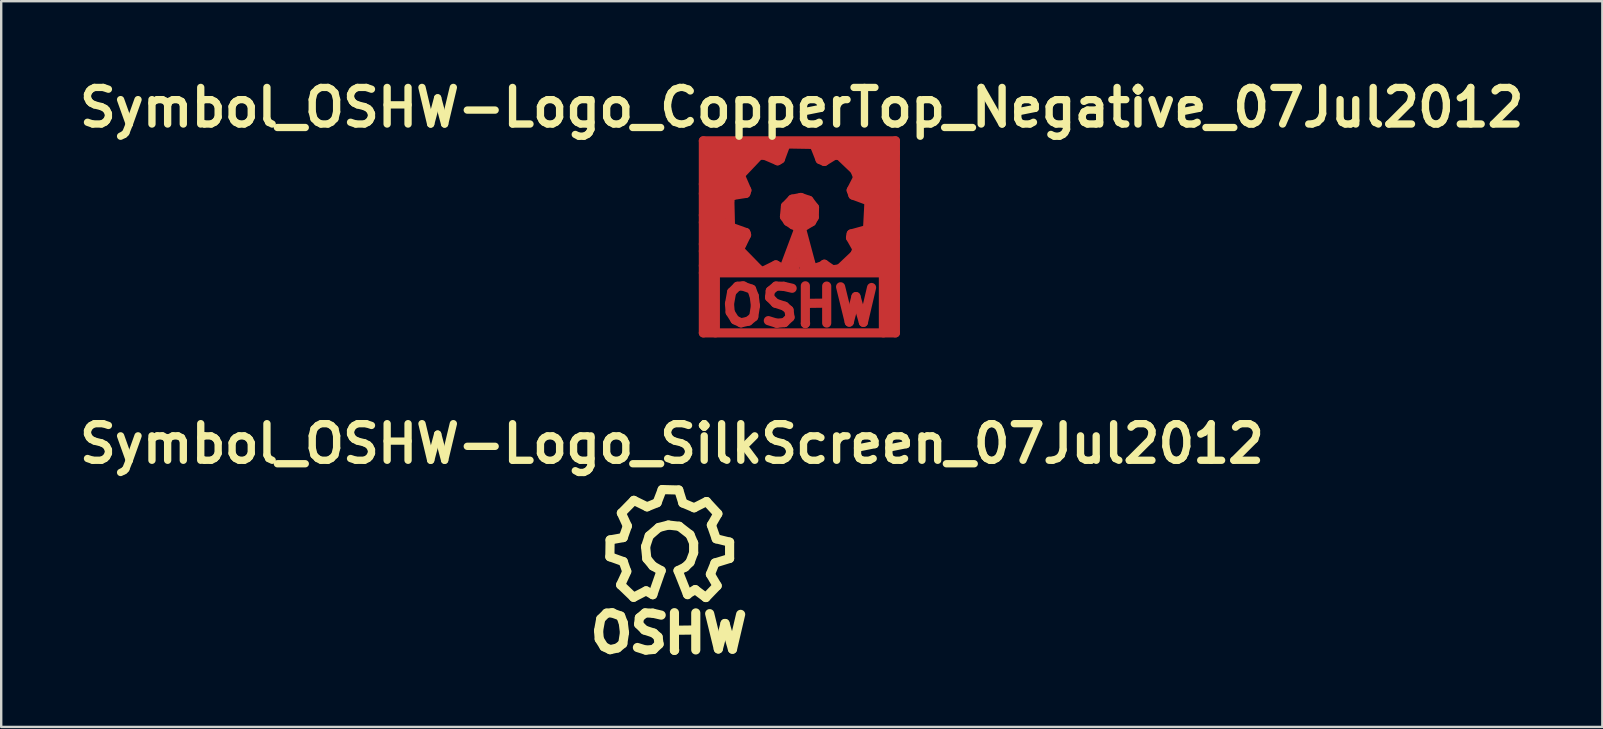
<source format=kicad_pcb>
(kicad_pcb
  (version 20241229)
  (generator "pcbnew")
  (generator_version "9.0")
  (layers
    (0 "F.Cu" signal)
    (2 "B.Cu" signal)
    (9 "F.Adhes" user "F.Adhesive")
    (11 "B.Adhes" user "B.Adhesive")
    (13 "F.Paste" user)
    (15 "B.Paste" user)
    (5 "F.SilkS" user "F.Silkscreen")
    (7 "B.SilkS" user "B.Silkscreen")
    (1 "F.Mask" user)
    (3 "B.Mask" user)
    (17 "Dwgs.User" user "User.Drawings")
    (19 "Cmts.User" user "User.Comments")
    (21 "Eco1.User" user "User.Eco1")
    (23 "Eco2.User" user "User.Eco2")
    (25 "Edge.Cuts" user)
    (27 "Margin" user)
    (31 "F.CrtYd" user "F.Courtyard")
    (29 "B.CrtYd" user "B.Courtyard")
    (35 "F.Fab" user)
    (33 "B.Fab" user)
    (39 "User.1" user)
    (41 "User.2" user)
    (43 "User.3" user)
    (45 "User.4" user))
  (footprint "Symbol_OSHW-Logo_CopperTop_Negative_07Jul2012"
    (layer "F.Cu")
    (at 30.25 5.816)
    (property "Reference" "Symbol_OSHW-Logo_CopperTop_Negative_07Jul2012" (at 0.099 -4.389 0) (layer "F.SilkS") (effects (font (size 1.524 1.524) (thickness 0.305))))
    (attr through_hole)
    (fp_line (start -4 -3) (end 4 -3) (stroke (width 0.381) (type solid)) (layer "F.Cu"))
    (fp_line (start -4 -1.199) (end -2.601 -1.199) (stroke (width 0.381) (type solid)) (layer "F.Cu"))
    (fp_line (start -4 -0.8) (end -2.499 -0.8) (stroke (width 0.381) (type solid)) (layer "F.Cu"))
    (fp_line (start -4 0.399) (end -3 0.399) (stroke (width 0.381) (type solid)) (layer "F.Cu"))
    (fp_line (start -4 1.6) (end -2.499 1.6) (stroke (width 0.381) (type solid)) (layer "F.Cu"))
    (fp_line (start -4 2.2) (end -1.999 2.2) (stroke (width 0.381) (type solid)) (layer "F.Cu"))
    (fp_line (start -4 2.499) (end 4 2.499) (stroke (width 0.381) (type solid)) (layer "F.Cu"))
    (fp_line (start -4 5.001) (end -4 -3) (stroke (width 0.381) (type solid)) (layer "F.Cu"))
    (fp_line (start -3.899 -2.4) (end -0.899 -2.4) (stroke (width 0.381) (type solid)) (layer "F.Cu"))
    (fp_line (start -3.899 -1.801) (end -2.499 -1.801) (stroke (width 0.381) (type solid)) (layer "F.Cu"))
    (fp_line (start -3.899 -0.201) (end -3 -0.201) (stroke (width 0.381) (type solid)) (layer "F.Cu"))
    (fp_line (start -3.899 1.001) (end -2.499 1.001) (stroke (width 0.381) (type solid)) (layer "F.Cu"))
    (fp_line (start -3.8 2.499) (end -3.8 4.801) (stroke (width 0.381) (type solid)) (layer "F.Cu"))
    (fp_line (start -3.5 2.499) (end -3.5 5.001) (stroke (width 0.381) (type solid)) (layer "F.Cu"))
    (fp_line (start -3 0.099) (end -4 0.099) (stroke (width 0.381) (type solid)) (layer "F.Cu"))
    (fp_line (start -2.911 3.792) (end -2.883 4.14) (stroke (width 0.381) (type solid)) (layer "F.Cu"))
    (fp_line (start -2.901 -0.671) (end -2.87 0.589) (stroke (width 0.381) (type solid)) (layer "F.Cu"))
    (fp_line (start -2.901 -0.5) (end -3.899 -0.5) (stroke (width 0.381) (type solid)) (layer "F.Cu"))
    (fp_line (start -2.883 4.14) (end -2.682 4.46) (stroke (width 0.381) (type solid)) (layer "F.Cu"))
    (fp_line (start -2.87 0.589) (end -2.23 0.82) (stroke (width 0.381) (type solid)) (layer "F.Cu"))
    (fp_line (start -2.822 3.302) (end -2.911 3.792) (stroke (width 0.381) (type solid)) (layer "F.Cu"))
    (fp_line (start -2.799 0.701) (end -3.899 0.701) (stroke (width 0.381) (type solid)) (layer "F.Cu"))
    (fp_line (start -2.751 -0.729) (end -2.901 -0.671) (stroke (width 0.381) (type solid)) (layer "F.Cu"))
    (fp_line (start -2.682 4.46) (end -2.431 4.582) (stroke (width 0.381) (type solid)) (layer "F.Cu"))
    (fp_line (start -2.581 3.061) (end -2.822 3.302) (stroke (width 0.381) (type solid)) (layer "F.Cu"))
    (fp_line (start -2.499 -1.501) (end -3.899 -1.501) (stroke (width 0.381) (type solid)) (layer "F.Cu"))
    (fp_line (start -2.499 1.529) (end -1.679 2.37) (stroke (width 0.381) (type solid)) (layer "F.Cu"))
    (fp_line (start -2.461 -1.57) (end -2.189 -0.94) (stroke (width 0.381) (type solid)) (layer "F.Cu"))
    (fp_line (start -2.431 4.582) (end -2.121 4.511) (stroke (width 0.381) (type solid)) (layer "F.Cu"))
    (fp_line (start -2.4 -1.1) (end -3.899 -1.1) (stroke (width 0.381) (type solid)) (layer "F.Cu"))
    (fp_line (start -2.4 1.3) (end -4 1.3) (stroke (width 0.381) (type solid)) (layer "F.Cu"))
    (fp_line (start -2.332 3.04) (end -2.581 3.061) (stroke (width 0.381) (type solid)) (layer "F.Cu"))
    (fp_line (start -2.301 1.9) (end -3.899 1.9) (stroke (width 0.381) (type solid)) (layer "F.Cu"))
    (fp_line (start -2.23 -0.81) (end -2.751 -0.729) (stroke (width 0.381) (type solid)) (layer "F.Cu"))
    (fp_line (start -2.23 0.82) (end -2.2 0.919) (stroke (width 0.381) (type solid)) (layer "F.Cu"))
    (fp_line (start -2.2 0.919) (end -2.499 1.529) (stroke (width 0.381) (type solid)) (layer "F.Cu"))
    (fp_line (start -2.189 -0.94) (end -2.23 -0.81) (stroke (width 0.381) (type solid)) (layer "F.Cu"))
    (fp_line (start -2.121 4.511) (end -1.902 4.331) (stroke (width 0.381) (type solid)) (layer "F.Cu"))
    (fp_line (start -1.999 -2.101) (end -3.8 -2.101) (stroke (width 0.381) (type solid)) (layer "F.Cu"))
    (fp_line (start -1.991 3.18) (end -2.352 3.051) (stroke (width 0.381) (type solid)) (layer "F.Cu"))
    (fp_line (start -1.902 4.331) (end -1.831 3.871) (stroke (width 0.381) (type solid)) (layer "F.Cu"))
    (fp_line (start -1.882 3.462) (end -1.991 3.18) (stroke (width 0.381) (type solid)) (layer "F.Cu"))
    (fp_line (start -1.831 3.871) (end -1.882 3.462) (stroke (width 0.381) (type solid)) (layer "F.Cu"))
    (fp_line (start -1.679 2.37) (end -1.57 2.461) (stroke (width 0.381) (type solid)) (layer "F.Cu"))
    (fp_line (start -1.61 -2.469) (end -2.461 -1.57) (stroke (width 0.381) (type solid)) (layer "F.Cu"))
    (fp_line (start -1.57 2.461) (end -0.98 2.169) (stroke (width 0.381) (type solid)) (layer "F.Cu"))
    (fp_line (start -1.242 3.52) (end -1.001 3.762) (stroke (width 0.381) (type solid)) (layer "F.Cu"))
    (fp_line (start -1.212 3.251) (end -1.242 3.52) (stroke (width 0.381) (type solid)) (layer "F.Cu"))
    (fp_line (start -1.001 3.762) (end -0.612 3.891) (stroke (width 0.381) (type solid)) (layer "F.Cu"))
    (fp_line (start -0.98 2.169) (end -0.719 2.309) (stroke (width 0.381) (type solid)) (layer "F.Cu"))
    (fp_line (start -0.973 3.051) (end -1.212 3.251) (stroke (width 0.381) (type solid)) (layer "F.Cu"))
    (fp_line (start -0.942 4.6) (end -1.293 4.491) (stroke (width 0.381) (type solid)) (layer "F.Cu"))
    (fp_line (start -0.909 -2.169) (end -1.61 -2.469) (stroke (width 0.381) (type solid)) (layer "F.Cu"))
    (fp_line (start -0.79 -2.24) (end -0.909 -2.169) (stroke (width 0.381) (type solid)) (layer "F.Cu"))
    (fp_line (start -0.719 2.309) (end -0.49 2.309) (stroke (width 0.381) (type solid)) (layer "F.Cu"))
    (fp_line (start -0.701 -2.7) (end -3.899 -2.7) (stroke (width 0.381) (type solid)) (layer "F.Cu"))
    (fp_line (start -0.653 3.061) (end -0.973 3.051) (stroke (width 0.381) (type solid)) (layer "F.Cu"))
    (fp_line (start -0.622 4.572) (end -0.942 4.6) (stroke (width 0.381) (type solid)) (layer "F.Cu"))
    (fp_line (start -0.62 0.16) (end -0.579 -0.279) (stroke (width 0.381) (type solid)) (layer "F.Cu"))
    (fp_line (start -0.612 3.891) (end -0.432 4.051) (stroke (width 0.381) (type solid)) (layer "F.Cu"))
    (fp_line (start -0.579 -0.279) (end -0.3 -0.569) (stroke (width 0.381) (type solid)) (layer "F.Cu"))
    (fp_line (start -0.541 -2.911) (end -0.79 -2.24) (stroke (width 0.381) (type solid)) (layer "F.Cu"))
    (fp_line (start -0.49 2.309) (end 0.051 0.8) (stroke (width 0.381) (type solid)) (layer "F.Cu"))
    (fp_line (start -0.48 0.361) (end -0.62 0.16) (stroke (width 0.381) (type solid)) (layer "F.Cu"))
    (fp_line (start -0.432 4.051) (end -0.391 4.351) (stroke (width 0.381) (type solid)) (layer "F.Cu"))
    (fp_line (start -0.399 -0.3) (end 0.399 -0.3) (stroke (width 0.381) (type solid)) (layer "F.Cu"))
    (fp_line (start -0.399 0.3) (end 0.399 0.3) (stroke (width 0.381) (type solid)) (layer "F.Cu"))
    (fp_line (start -0.391 4.351) (end -0.622 4.572) (stroke (width 0.381) (type solid)) (layer "F.Cu"))
    (fp_line (start -0.302 3.142) (end -0.653 3.061) (stroke (width 0.381) (type solid)) (layer "F.Cu"))
    (fp_line (start -0.3 -0.569) (end 0.061 -0.64) (stroke (width 0.381) (type solid)) (layer "F.Cu"))
    (fp_line (start -0.269 0.5) (end -0.48 0.361) (stroke (width 0.381) (type solid)) (layer "F.Cu"))
    (fp_line (start -0.191 0.49) (end -0.269 0.5) (stroke (width 0.381) (type solid)) (layer "F.Cu"))
    (fp_line (start -0.01 0.97) (end 0.559 2.339) (stroke (width 0.381) (type solid)) (layer "F.Cu"))
    (fp_line (start 0 0.599) (end -0.599 2.2) (stroke (width 0.381) (type solid)) (layer "F.Cu"))
    (fp_line (start 0 1.501) (end -0.201 2.301) (stroke (width 0.381) (type solid)) (layer "F.Cu"))
    (fp_line (start 0 1.6) (end 0.201 2.301) (stroke (width 0.381) (type solid)) (layer "F.Cu"))
    (fp_line (start 0.02 0.681) (end -0.01 0.97) (stroke (width 0.381) (type solid)) (layer "F.Cu"))
    (fp_line (start 0.051 0.8) (end -0.191 0.49) (stroke (width 0.381) (type solid)) (layer "F.Cu"))
    (fp_line (start 0.061 -0.64) (end 0.399 -0.521) (stroke (width 0.381) (type solid)) (layer "F.Cu"))
    (fp_line (start 0.099 0.701) (end 0.5 2.2) (stroke (width 0.381) (type solid)) (layer "F.Cu"))
    (fp_line (start 0.249 3.04) (end 0.249 4.61) (stroke (width 0.381) (type solid)) (layer "F.Cu"))
    (fp_line (start 0.249 4.61) (end 0.259 4.6) (stroke (width 0.381) (type solid)) (layer "F.Cu"))
    (fp_line (start 0.297 3.772) (end 1.087 3.762) (stroke (width 0.381) (type solid)) (layer "F.Cu"))
    (fp_line (start 0.399 -0.521) (end 0.63 -0.221) (stroke (width 0.381) (type solid)) (layer "F.Cu"))
    (fp_line (start 0.511 0.371) (end 0 0.681) (stroke (width 0.381) (type solid)) (layer "F.Cu"))
    (fp_line (start 0.559 2.339) (end 1.001 2.189) (stroke (width 0.381) (type solid)) (layer "F.Cu"))
    (fp_line (start 0.599 0) (end -0.399 0) (stroke (width 0.381) (type solid)) (layer "F.Cu"))
    (fp_line (start 0.62 -2.85) (end -0.551 -2.87) (stroke (width 0.381) (type solid)) (layer "F.Cu"))
    (fp_line (start 0.62 0.18) (end 0.511 0.371) (stroke (width 0.381) (type solid)) (layer "F.Cu"))
    (fp_line (start 0.63 -0.221) (end 0.62 0.18) (stroke (width 0.381) (type solid)) (layer "F.Cu"))
    (fp_line (start 0.64 -2.779) (end 0.62 -2.85) (stroke (width 0.381) (type solid)) (layer "F.Cu"))
    (fp_line (start 0.8 -2.7) (end 3.899 -2.7) (stroke (width 0.381) (type solid)) (layer "F.Cu"))
    (fp_line (start 0.861 -2.22) (end 0.64 -2.779) (stroke (width 0.381) (type solid)) (layer "F.Cu"))
    (fp_line (start 1.001 2.189) (end 1.039 2.141) (stroke (width 0.381) (type solid)) (layer "F.Cu"))
    (fp_line (start 1.039 -2.141) (end 0.861 -2.22) (stroke (width 0.381) (type solid)) (layer "F.Cu"))
    (fp_line (start 1.039 2.141) (end 1.43 2.41) (stroke (width 0.381) (type solid)) (layer "F.Cu"))
    (fp_line (start 1.087 3.762) (end 1.097 3.772) (stroke (width 0.381) (type solid)) (layer "F.Cu"))
    (fp_line (start 1.097 3.772) (end 1.097 3.762) (stroke (width 0.381) (type solid)) (layer "F.Cu"))
    (fp_line (start 1.138 3.051) (end 1.138 4.592) (stroke (width 0.381) (type solid)) (layer "F.Cu"))
    (fp_line (start 1.42 2.37) (end 1.621 2.339) (stroke (width 0.381) (type solid)) (layer "F.Cu"))
    (fp_line (start 1.46 -2.4) (end 1.039 -2.141) (stroke (width 0.381) (type solid)) (layer "F.Cu"))
    (fp_line (start 1.631 2.38) (end 2.309 1.74) (stroke (width 0.381) (type solid)) (layer "F.Cu"))
    (fp_line (start 1.669 -2.39) (end 1.46 -2.4) (stroke (width 0.381) (type solid)) (layer "F.Cu"))
    (fp_line (start 1.717 3.081) (end 2.078 4.552) (stroke (width 0.381) (type solid)) (layer "F.Cu"))
    (fp_line (start 1.999 -2.2) (end 3.899 -2.2) (stroke (width 0.381) (type solid)) (layer "F.Cu"))
    (fp_line (start 2.078 4.552) (end 2.357 3.49) (stroke (width 0.381) (type solid)) (layer "F.Cu"))
    (fp_line (start 2.101 2.2) (end 3.8 2.2) (stroke (width 0.381) (type solid)) (layer "F.Cu"))
    (fp_line (start 2.131 1.031) (end 2.159 0.879) (stroke (width 0.381) (type solid)) (layer "F.Cu"))
    (fp_line (start 2.159 -0.94) (end 2.431 -1.471) (stroke (width 0.381) (type solid)) (layer "F.Cu"))
    (fp_line (start 2.159 0.879) (end 2.84 0.691) (stroke (width 0.381) (type solid)) (layer "F.Cu"))
    (fp_line (start 2.23 -0.739) (end 2.159 -0.94) (stroke (width 0.381) (type solid)) (layer "F.Cu"))
    (fp_line (start 2.301 -1.1) (end 4 -1.1) (stroke (width 0.381) (type solid)) (layer "F.Cu"))
    (fp_line (start 2.309 -1.781) (end 1.669 -2.39) (stroke (width 0.381) (type solid)) (layer "F.Cu"))
    (fp_line (start 2.309 1.74) (end 2.4 1.509) (stroke (width 0.381) (type solid)) (layer "F.Cu"))
    (fp_line (start 2.357 3.49) (end 2.667 4.562) (stroke (width 0.381) (type solid)) (layer "F.Cu"))
    (fp_line (start 2.4 1.3) (end 3.899 1.3) (stroke (width 0.381) (type solid)) (layer "F.Cu"))
    (fp_line (start 2.4 1.509) (end 2.131 1.031) (stroke (width 0.381) (type solid)) (layer "F.Cu"))
    (fp_line (start 2.4 1.6) (end 3.8 1.6) (stroke (width 0.381) (type solid)) (layer "F.Cu"))
    (fp_line (start 2.431 -1.471) (end 2.309 -1.781) (stroke (width 0.381) (type solid)) (layer "F.Cu"))
    (fp_line (start 2.499 -1.699) (end 3.899 -1.699) (stroke (width 0.381) (type solid)) (layer "F.Cu"))
    (fp_line (start 2.667 4.562) (end 3.007 3.111) (stroke (width 0.381) (type solid)) (layer "F.Cu"))
    (fp_line (start 2.799 0.701) (end 3.899 0.701) (stroke (width 0.381) (type solid)) (layer "F.Cu"))
    (fp_line (start 2.84 0.691) (end 2.901 -0.49) (stroke (width 0.381) (type solid)) (layer "F.Cu"))
    (fp_line (start 2.901 -0.5) (end 4 -0.5) (stroke (width 0.381) (type solid)) (layer "F.Cu"))
    (fp_line (start 2.901 -0.49) (end 2.23 -0.739) (stroke (width 0.381) (type solid)) (layer "F.Cu"))
    (fp_line (start 2.901 0.099) (end 4 0.099) (stroke (width 0.381) (type solid)) (layer "F.Cu"))
    (fp_line (start 3.5 2.499) (end 3.5 5.001) (stroke (width 0.381) (type solid)) (layer "F.Cu"))
    (fp_line (start 3.701 2.499) (end 3.8 4.801) (stroke (width 0.381) (type solid)) (layer "F.Cu"))
    (fp_line (start 3.899 -1.4) (end 2.601 -1.4) (stroke (width 0.381) (type solid)) (layer "F.Cu"))
    (fp_line (start 3.899 1.9) (end 2.4 1.9) (stroke (width 0.381) (type solid)) (layer "F.Cu"))
    (fp_line (start 4 -3) (end 4 5.001) (stroke (width 0.381) (type solid)) (layer "F.Cu"))
    (fp_line (start 4 -2.499) (end 0.899 -2.499) (stroke (width 0.381) (type solid)) (layer "F.Cu"))
    (fp_line (start 4 -1.999) (end 2.301 -1.999) (stroke (width 0.381) (type solid)) (layer "F.Cu"))
    (fp_line (start 4 -0.8) (end 2.4 -0.8) (stroke (width 0.381) (type solid)) (layer "F.Cu"))
    (fp_line (start 4 -0.201) (end 3 -0.201) (stroke (width 0.381) (type solid)) (layer "F.Cu"))
    (fp_line (start 4 0.399) (end 2.901 0.399) (stroke (width 0.381) (type solid)) (layer "F.Cu"))
    (fp_line (start 4 1.001) (end 2.301 1.001) (stroke (width 0.381) (type solid)) (layer "F.Cu"))
    (fp_line (start 4 5.001) (end -4 5.001) (stroke (width 0.381) (type solid)) (layer "F.Cu")))
  (footprint "Symbol_OSHW-Logo_SilkScreen_07Jul2012"
    (layer "F.Cu")
    (at 24.844 19.823)
    (property "Reference" "Symbol_OSHW-Logo_SilkScreen_07Jul2012" (at 0.099 -4.389 0) (layer "F.SilkS") (effects (font (size 1.524 1.524) (thickness 0.305))))
    (attr through_hole)
    (fp_line (start -2.959 3.401) (end -2.931 3.749) (stroke (width 0.381) (type solid)) (layer "F.SilkS"))
    (fp_line (start -2.931 3.749) (end -2.731 4.069) (stroke (width 0.381) (type solid)) (layer "F.SilkS"))
    (fp_line (start -2.87 2.911) (end -2.959 3.401) (stroke (width 0.381) (type solid)) (layer "F.SilkS"))
    (fp_line (start -2.731 4.069) (end -2.479 4.191) (stroke (width 0.381) (type solid)) (layer "F.SilkS"))
    (fp_line (start -2.629 2.67) (end -2.87 2.911) (stroke (width 0.381) (type solid)) (layer "F.SilkS"))
    (fp_line (start -2.489 0.32) (end -1.93 0.521) (stroke (width 0.381) (type solid)) (layer "F.SilkS"))
    (fp_line (start -2.479 -0.381) (end -2.489 0.32) (stroke (width 0.381) (type solid)) (layer "F.SilkS"))
    (fp_line (start -2.479 4.191) (end -2.169 4.12) (stroke (width 0.381) (type solid)) (layer "F.SilkS"))
    (fp_line (start -2.38 2.649) (end -2.629 2.67) (stroke (width 0.381) (type solid)) (layer "F.SilkS"))
    (fp_line (start -2.169 4.12) (end -1.951 3.94) (stroke (width 0.381) (type solid)) (layer "F.SilkS"))
    (fp_line (start -2.04 1.491) (end -1.501 2.009) (stroke (width 0.381) (type solid)) (layer "F.SilkS"))
    (fp_line (start -2.04 2.789) (end -2.4 2.659) (stroke (width 0.381) (type solid)) (layer "F.SilkS"))
    (fp_line (start -2.009 -1.501) (end -1.76 -0.96) (stroke (width 0.381) (type solid)) (layer "F.SilkS"))
    (fp_line (start -1.951 3.94) (end -1.88 3.48) (stroke (width 0.381) (type solid)) (layer "F.SilkS"))
    (fp_line (start -1.93 -0.48) (end -2.479 -0.381) (stroke (width 0.381) (type solid)) (layer "F.SilkS"))
    (fp_line (start -1.93 0.521) (end -1.791 0.919) (stroke (width 0.381) (type solid)) (layer "F.SilkS"))
    (fp_line (start -1.93 3.071) (end -2.04 2.789) (stroke (width 0.381) (type solid)) (layer "F.SilkS"))
    (fp_line (start -1.88 3.48) (end -1.93 3.071) (stroke (width 0.381) (type solid)) (layer "F.SilkS"))
    (fp_line (start -1.781 0.93) (end -2.04 1.491) (stroke (width 0.381) (type solid)) (layer "F.SilkS"))
    (fp_line (start -1.76 -0.96) (end -1.93 -0.48) (stroke (width 0.381) (type solid)) (layer "F.SilkS"))
    (fp_line (start -1.501 2.009) (end -0.98 1.74) (stroke (width 0.381) (type solid)) (layer "F.SilkS"))
    (fp_line (start -1.491 -2.029) (end -2.009 -1.501) (stroke (width 0.381) (type solid)) (layer "F.SilkS"))
    (fp_line (start -1.29 3.129) (end -1.049 3.371) (stroke (width 0.381) (type solid)) (layer "F.SilkS"))
    (fp_line (start -1.26 2.86) (end -1.29 3.129) (stroke (width 0.381) (type solid)) (layer "F.SilkS"))
    (fp_line (start -1.049 3.371) (end -0.66 3.5) (stroke (width 0.381) (type solid)) (layer "F.SilkS"))
    (fp_line (start -1.021 2.659) (end -1.26 2.86) (stroke (width 0.381) (type solid)) (layer "F.SilkS"))
    (fp_line (start -1.001 -0.099) (end -0.95 0.399) (stroke (width 0.381) (type solid)) (layer "F.SilkS"))
    (fp_line (start -0.991 4.209) (end -1.341 4.1) (stroke (width 0.381) (type solid)) (layer "F.SilkS"))
    (fp_line (start -0.98 1.74) (end -0.701 1.9) (stroke (width 0.381) (type solid)) (layer "F.SilkS"))
    (fp_line (start -0.95 0.399) (end -0.701 0.701) (stroke (width 0.381) (type solid)) (layer "F.SilkS"))
    (fp_line (start -0.94 -1.76) (end -1.491 -2.029) (stroke (width 0.381) (type solid)) (layer "F.SilkS"))
    (fp_line (start -0.851 -0.551) (end -1.001 -0.099) (stroke (width 0.381) (type solid)) (layer "F.SilkS"))
    (fp_line (start -0.701 0.701) (end -0.351 0.899) (stroke (width 0.381) (type solid)) (layer "F.SilkS"))
    (fp_line (start -0.701 2.67) (end -1.021 2.659) (stroke (width 0.381) (type solid)) (layer "F.SilkS"))
    (fp_line (start -0.671 4.181) (end -0.991 4.209) (stroke (width 0.381) (type solid)) (layer "F.SilkS"))
    (fp_line (start -0.66 3.5) (end -0.48 3.66) (stroke (width 0.381) (type solid)) (layer "F.SilkS"))
    (fp_line (start -0.521 -1.93) (end -0.94 -1.76) (stroke (width 0.381) (type solid)) (layer "F.SilkS"))
    (fp_line (start -0.48 3.66) (end -0.439 3.96) (stroke (width 0.381) (type solid)) (layer "F.SilkS"))
    (fp_line (start -0.45 -0.899) (end -0.851 -0.551) (stroke (width 0.381) (type solid)) (layer "F.SilkS"))
    (fp_line (start -0.439 3.96) (end -0.671 4.181) (stroke (width 0.381) (type solid)) (layer "F.SilkS"))
    (fp_line (start -0.351 0.899) (end -0.701 1.9) (stroke (width 0.381) (type solid)) (layer "F.SilkS"))
    (fp_line (start -0.351 2.751) (end -0.701 2.67) (stroke (width 0.381) (type solid)) (layer "F.SilkS"))
    (fp_line (start -0.31 -2.479) (end -0.521 -1.93) (stroke (width 0.381) (type solid)) (layer "F.SilkS"))
    (fp_line (start -0.051 -1.001) (end -0.45 -0.899) (stroke (width 0.381) (type solid)) (layer "F.SilkS"))
    (fp_line (start 0.201 2.649) (end 0.201 4.219) (stroke (width 0.381) (type solid)) (layer "F.SilkS"))
    (fp_line (start 0.201 4.219) (end 0.211 4.209) (stroke (width 0.381) (type solid)) (layer "F.SilkS"))
    (fp_line (start 0.249 3.381) (end 1.039 3.371) (stroke (width 0.381) (type solid)) (layer "F.SilkS"))
    (fp_line (start 0.351 0.899) (end 0.65 0.749) (stroke (width 0.381) (type solid)) (layer "F.SilkS"))
    (fp_line (start 0.351 0.899) (end 0.749 1.9) (stroke (width 0.381) (type solid)) (layer "F.SilkS"))
    (fp_line (start 0.381 -2.461) (end -0.31 -2.479) (stroke (width 0.381) (type solid)) (layer "F.SilkS"))
    (fp_line (start 0.399 -0.95) (end -0.051 -1.001) (stroke (width 0.381) (type solid)) (layer "F.SilkS"))
    (fp_line (start 0.551 -1.92) (end 0.381 -2.461) (stroke (width 0.381) (type solid)) (layer "F.SilkS"))
    (fp_line (start 0.65 0.749) (end 0.851 0.551) (stroke (width 0.381) (type solid)) (layer "F.SilkS"))
    (fp_line (start 0.739 1.88) (end 1.069 1.689) (stroke (width 0.381) (type solid)) (layer "F.SilkS"))
    (fp_line (start 0.851 -0.599) (end 0.399 -0.95) (stroke (width 0.381) (type solid)) (layer "F.SilkS"))
    (fp_line (start 0.851 0.551) (end 1.001 0.15) (stroke (width 0.381) (type solid)) (layer "F.SilkS"))
    (fp_line (start 1.001 -0.249) (end 0.851 -0.599) (stroke (width 0.381) (type solid)) (layer "F.SilkS"))
    (fp_line (start 1.001 0.15) (end 1.001 -0.249) (stroke (width 0.381) (type solid)) (layer "F.SilkS"))
    (fp_line (start 1.021 -1.72) (end 0.551 -1.92) (stroke (width 0.381) (type solid)) (layer "F.SilkS"))
    (fp_line (start 1.039 3.371) (end 1.049 3.381) (stroke (width 0.381) (type solid)) (layer "F.SilkS"))
    (fp_line (start 1.049 3.381) (end 1.049 3.371) (stroke (width 0.381) (type solid)) (layer "F.SilkS"))
    (fp_line (start 1.069 1.689) (end 1.509 2.019) (stroke (width 0.381) (type solid)) (layer "F.SilkS"))
    (fp_line (start 1.09 2.659) (end 1.09 4.201) (stroke (width 0.381) (type solid)) (layer "F.SilkS"))
    (fp_line (start 1.509 2.019) (end 1.981 1.529) (stroke (width 0.381) (type solid)) (layer "F.SilkS"))
    (fp_line (start 1.539 -1.981) (end 1.021 -1.72) (stroke (width 0.381) (type solid)) (layer "F.SilkS"))
    (fp_line (start 1.669 2.69) (end 2.029 4.161) (stroke (width 0.381) (type solid)) (layer "F.SilkS"))
    (fp_line (start 1.699 1.049) (end 1.89 0.579) (stroke (width 0.381) (type solid)) (layer "F.SilkS"))
    (fp_line (start 1.74 -1.001) (end 2.009 -1.471) (stroke (width 0.381) (type solid)) (layer "F.SilkS"))
    (fp_line (start 1.89 0.579) (end 2.499 0.391) (stroke (width 0.381) (type solid)) (layer "F.SilkS"))
    (fp_line (start 1.941 -0.429) (end 1.74 -1.001) (stroke (width 0.381) (type solid)) (layer "F.SilkS"))
    (fp_line (start 1.981 1.529) (end 1.699 1.049) (stroke (width 0.381) (type solid)) (layer "F.SilkS"))
    (fp_line (start 2.009 -1.471) (end 1.539 -1.981) (stroke (width 0.381) (type solid)) (layer "F.SilkS"))
    (fp_line (start 2.029 4.161) (end 2.309 3.099) (stroke (width 0.381) (type solid)) (layer "F.SilkS"))
    (fp_line (start 2.309 3.099) (end 2.619 4.171) (stroke (width 0.381) (type solid)) (layer "F.SilkS"))
    (fp_line (start 2.499 -0.29) (end 1.941 -0.429) (stroke (width 0.381) (type solid)) (layer "F.SilkS"))
    (fp_line (start 2.499 0.391) (end 2.499 -0.29) (stroke (width 0.381) (type solid)) (layer "F.SilkS"))
    (fp_line (start 2.619 4.171) (end 2.959 2.72) (stroke (width 0.381) (type solid)) (layer "F.SilkS")))
  (gr_rect
    (start -3 -3)
    (end 63.699 27.232)
    (stroke (width 0.1) (type default))
    (fill no)
    (layer "Edge.Cuts")))
</source>
